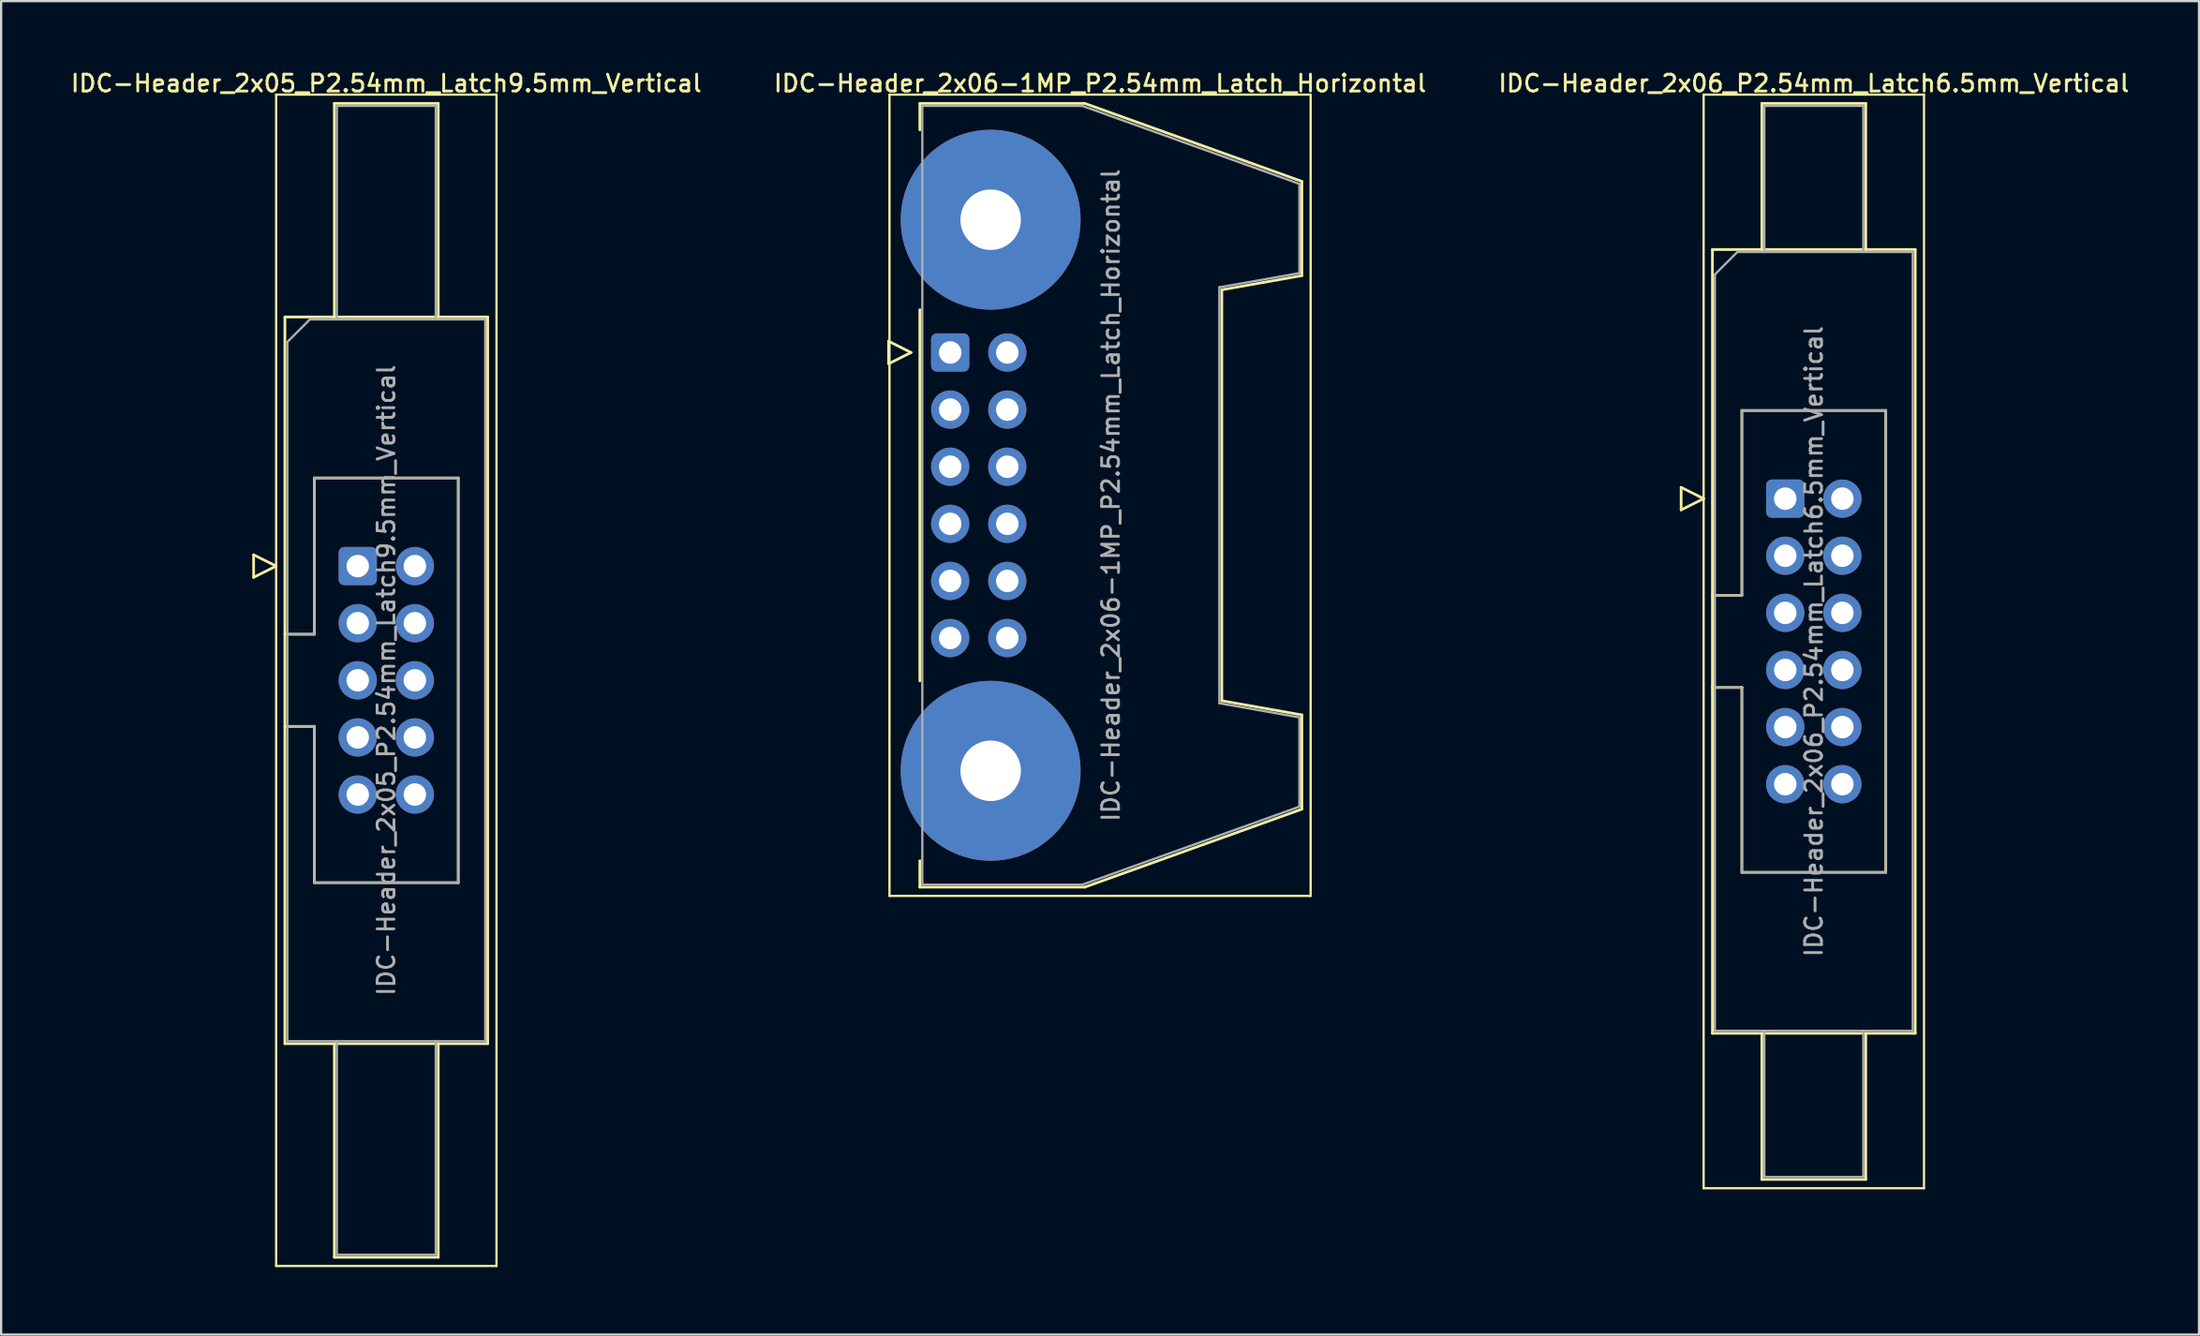
<source format=kicad_pcb>
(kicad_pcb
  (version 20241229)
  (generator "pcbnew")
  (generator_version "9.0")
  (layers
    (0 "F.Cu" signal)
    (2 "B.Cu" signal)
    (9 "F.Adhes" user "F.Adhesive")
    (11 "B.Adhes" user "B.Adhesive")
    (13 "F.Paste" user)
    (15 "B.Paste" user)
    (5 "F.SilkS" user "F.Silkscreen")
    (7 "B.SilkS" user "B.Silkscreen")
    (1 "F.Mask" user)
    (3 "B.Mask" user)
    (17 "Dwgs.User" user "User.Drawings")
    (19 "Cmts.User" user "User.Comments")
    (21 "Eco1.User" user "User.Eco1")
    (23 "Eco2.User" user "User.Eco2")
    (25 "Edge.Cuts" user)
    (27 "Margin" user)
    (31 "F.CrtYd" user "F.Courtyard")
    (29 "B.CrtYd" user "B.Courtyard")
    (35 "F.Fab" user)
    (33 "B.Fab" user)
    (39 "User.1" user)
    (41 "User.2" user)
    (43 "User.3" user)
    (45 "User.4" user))
  (footprint "IDC-Header_2x05_P2.54mm_Latch9.5mm_Vertical"
    (layer "F.Cu")
    (at 12.86 22.128)
    (property "Reference" "IDC-Header_2x05_P2.54mm_Latch9.5mm_Vertical" (at 1.27 -21.47 0) (layer "F.SilkS") (effects (font (size 0.75 0.75) (thickness 0.125))))
    (attr through_hole)
    (fp_line (start -4.63 -0.5) (end -4.63 0.5) (stroke (width 0.12) (type solid)) (layer "F.SilkS"))
    (fp_line (start -4.63 0.5) (end -3.63 0) (stroke (width 0.12) (type solid)) (layer "F.SilkS"))
    (fp_line (start -3.63 -20.97) (end -3.63 31.13) (stroke (width 0.1) (type solid)) (layer "F.SilkS"))
    (fp_line (start -3.63 0) (end -4.63 -0.5) (stroke (width 0.12) (type solid)) (layer "F.SilkS"))
    (fp_line (start -3.63 31.13) (end 6.17 31.13) (stroke (width 0.1) (type solid)) (layer "F.SilkS"))
    (fp_line (start -3.24 -11.08) (end 5.78 -11.08) (stroke (width 0.12) (type solid)) (layer "F.SilkS"))
    (fp_line (start -3.24 3.03) (end -1.93 3.03) (stroke (width 0.12) (type solid)) (layer "F.SilkS"))
    (fp_line (start -3.24 21.24) (end -3.24 -11.08) (stroke (width 0.12) (type solid)) (layer "F.SilkS"))
    (fp_line (start -1.93 -3.92) (end 4.47 -3.92) (stroke (width 0.12) (type solid)) (layer "F.SilkS"))
    (fp_line (start -1.93 3.03) (end -1.93 -3.92) (stroke (width 0.12) (type solid)) (layer "F.SilkS"))
    (fp_line (start -1.93 7.13) (end -3.24 7.13) (stroke (width 0.12) (type solid)) (layer "F.SilkS"))
    (fp_line (start -1.93 7.13) (end -1.93 7.13) (stroke (width 0.12) (type solid)) (layer "F.SilkS"))
    (fp_line (start -1.93 14.08) (end -1.93 7.13) (stroke (width 0.12) (type solid)) (layer "F.SilkS"))
    (fp_line (start -1.04 -20.58) (end 3.58 -20.58) (stroke (width 0.12) (type solid)) (layer "F.SilkS"))
    (fp_line (start -1.04 -11.08) (end -1.04 -20.58) (stroke (width 0.12) (type solid)) (layer "F.SilkS"))
    (fp_line (start -1.04 21.24) (end -1.04 30.74) (stroke (width 0.12) (type solid)) (layer "F.SilkS"))
    (fp_line (start -1.04 30.74) (end 3.58 30.74) (stroke (width 0.12) (type solid)) (layer "F.SilkS"))
    (fp_line (start 3.58 -20.58) (end 3.58 -11.08) (stroke (width 0.12) (type solid)) (layer "F.SilkS"))
    (fp_line (start 3.58 30.74) (end 3.58 21.24) (stroke (width 0.12) (type solid)) (layer "F.SilkS"))
    (fp_line (start 4.47 -3.92) (end 4.47 14.08) (stroke (width 0.12) (type solid)) (layer "F.SilkS"))
    (fp_line (start 4.47 14.08) (end -1.93 14.08) (stroke (width 0.12) (type solid)) (layer "F.SilkS"))
    (fp_line (start 5.78 -11.08) (end 5.78 21.24) (stroke (width 0.12) (type solid)) (layer "F.SilkS"))
    (fp_line (start 5.78 21.24) (end -3.24 21.24) (stroke (width 0.12) (type solid)) (layer "F.SilkS"))
    (fp_line (start 6.17 -20.97) (end -3.63 -20.97) (stroke (width 0.1) (type solid)) (layer "F.SilkS"))
    (fp_line (start 6.17 31.13) (end 6.17 -20.97) (stroke (width 0.1) (type solid)) (layer "F.SilkS"))
    (fp_line (start -3.13 -9.97) (end -2.13 -10.97) (stroke (width 0.1) (type solid)) (layer "F.Fab"))
    (fp_line (start -3.13 3.03) (end -1.93 3.03) (stroke (width 0.1) (type solid)) (layer "F.Fab"))
    (fp_line (start -3.13 21.13) (end -3.13 -9.97) (stroke (width 0.1) (type solid)) (layer "F.Fab"))
    (fp_line (start -2.13 -10.97) (end 5.67 -10.97) (stroke (width 0.1) (type solid)) (layer "F.Fab"))
    (fp_line (start -1.93 -3.92) (end 4.47 -3.92) (stroke (width 0.1) (type solid)) (layer "F.Fab"))
    (fp_line (start -1.93 3.03) (end -1.93 -3.92) (stroke (width 0.1) (type solid)) (layer "F.Fab"))
    (fp_line (start -1.93 7.13) (end -3.13 7.13) (stroke (width 0.1) (type solid)) (layer "F.Fab"))
    (fp_line (start -1.93 7.13) (end -1.93 7.13) (stroke (width 0.1) (type solid)) (layer "F.Fab"))
    (fp_line (start -1.93 14.08) (end -1.93 7.13) (stroke (width 0.1) (type solid)) (layer "F.Fab"))
    (fp_line (start -0.93 -20.47) (end 3.47 -20.47) (stroke (width 0.1) (type solid)) (layer "F.Fab"))
    (fp_line (start -0.93 -10.97) (end -0.93 -20.47) (stroke (width 0.1) (type solid)) (layer "F.Fab"))
    (fp_line (start -0.93 21.13) (end -0.93 30.63) (stroke (width 0.1) (type solid)) (layer "F.Fab"))
    (fp_line (start -0.93 30.63) (end 3.47 30.63) (stroke (width 0.1) (type solid)) (layer "F.Fab"))
    (fp_line (start 3.47 -20.47) (end 3.47 -10.97) (stroke (width 0.1) (type solid)) (layer "F.Fab"))
    (fp_line (start 3.47 30.63) (end 3.47 21.13) (stroke (width 0.1) (type solid)) (layer "F.Fab"))
    (fp_line (start 4.47 -3.92) (end 4.47 14.08) (stroke (width 0.1) (type solid)) (layer "F.Fab"))
    (fp_line (start 4.47 14.08) (end -1.93 14.08) (stroke (width 0.1) (type solid)) (layer "F.Fab"))
    (fp_line (start 5.67 -10.97) (end 5.67 21.13) (stroke (width 0.1) (type solid)) (layer "F.Fab"))
    (fp_line (start 5.67 21.13) (end -3.13 21.13) (stroke (width 0.1) (type solid)) (layer "F.Fab"))
    (fp_text user "${REFERENCE}" (at 1.27 5.08 90) (layer "F.Fab") (effects (font (size 0.75 0.75) (thickness 0.125))))
    (pad "1" thru_hole roundrect (at 0 0) (size 1.7 1.7) (drill 1) (layers "*.Cu" "*.Mask") (roundrect_rratio 0.147))
    (pad "2" thru_hole circle (at 2.54 0) (size 1.7 1.7) (drill 1) (layers "*.Cu" "*.Mask"))
    (pad "3" thru_hole circle (at 0 2.54) (size 1.7 1.7) (drill 1) (layers "*.Cu" "*.Mask"))
    (pad "4" thru_hole circle (at 2.54 2.54) (size 1.7 1.7) (drill 1) (layers "*.Cu" "*.Mask"))
    (pad "5" thru_hole circle (at 0 5.08) (size 1.7 1.7) (drill 1) (layers "*.Cu" "*.Mask"))
    (pad "6" thru_hole circle (at 2.54 5.08) (size 1.7 1.7) (drill 1) (layers "*.Cu" "*.Mask"))
    (pad "7" thru_hole circle (at 0 7.62) (size 1.7 1.7) (drill 1) (layers "*.Cu" "*.Mask"))
    (pad "8" thru_hole circle (at 2.54 7.62) (size 1.7 1.7) (drill 1) (layers "*.Cu" "*.Mask"))
    (pad "9" thru_hole circle (at 0 10.16) (size 1.7 1.7) (drill 1) (layers "*.Cu" "*.Mask"))
    (pad "10" thru_hole circle (at 2.54 10.16) (size 1.7 1.7) (drill 1) (layers "*.Cu" "*.Mask")))
  (footprint "IDC-Header_2x06_P2.54mm_Latch6.5mm_Vertical"
    (layer "F.Cu")
    (at 76.346 19.128)
    (property "Reference" "IDC-Header_2x06_P2.54mm_Latch6.5mm_Vertical" (at 1.27 -18.47 0) (layer "F.SilkS") (effects (font (size 0.75 0.75) (thickness 0.125))))
    (attr through_hole)
    (fp_line (start -4.63 -0.5) (end -4.63 0.5) (stroke (width 0.12) (type solid)) (layer "F.SilkS"))
    (fp_line (start -4.63 0.5) (end -3.63 0) (stroke (width 0.12) (type solid)) (layer "F.SilkS"))
    (fp_line (start -3.63 -17.97) (end -3.63 30.67) (stroke (width 0.1) (type solid)) (layer "F.SilkS"))
    (fp_line (start -3.63 0) (end -4.63 -0.5) (stroke (width 0.12) (type solid)) (layer "F.SilkS"))
    (fp_line (start -3.63 30.67) (end 6.17 30.67) (stroke (width 0.1) (type solid)) (layer "F.SilkS"))
    (fp_line (start -3.24 -11.08) (end 5.78 -11.08) (stroke (width 0.12) (type solid)) (layer "F.SilkS"))
    (fp_line (start -3.24 4.3) (end -1.93 4.3) (stroke (width 0.12) (type solid)) (layer "F.SilkS"))
    (fp_line (start -3.24 23.78) (end -3.24 -11.08) (stroke (width 0.12) (type solid)) (layer "F.SilkS"))
    (fp_line (start -1.93 -3.92) (end 4.47 -3.92) (stroke (width 0.12) (type solid)) (layer "F.SilkS"))
    (fp_line (start -1.93 4.3) (end -1.93 -3.92) (stroke (width 0.12) (type solid)) (layer "F.SilkS"))
    (fp_line (start -1.93 8.4) (end -3.24 8.4) (stroke (width 0.12) (type solid)) (layer "F.SilkS"))
    (fp_line (start -1.93 8.4) (end -1.93 8.4) (stroke (width 0.12) (type solid)) (layer "F.SilkS"))
    (fp_line (start -1.93 16.62) (end -1.93 8.4) (stroke (width 0.12) (type solid)) (layer "F.SilkS"))
    (fp_line (start -1.04 -17.58) (end 3.58 -17.58) (stroke (width 0.12) (type solid)) (layer "F.SilkS"))
    (fp_line (start -1.04 -11.08) (end -1.04 -17.58) (stroke (width 0.12) (type solid)) (layer "F.SilkS"))
    (fp_line (start -1.04 23.78) (end -1.04 30.28) (stroke (width 0.12) (type solid)) (layer "F.SilkS"))
    (fp_line (start -1.04 30.28) (end 3.58 30.28) (stroke (width 0.12) (type solid)) (layer "F.SilkS"))
    (fp_line (start 3.58 -17.58) (end 3.58 -11.08) (stroke (width 0.12) (type solid)) (layer "F.SilkS"))
    (fp_line (start 3.58 30.28) (end 3.58 23.78) (stroke (width 0.12) (type solid)) (layer "F.SilkS"))
    (fp_line (start 4.47 -3.92) (end 4.47 16.62) (stroke (width 0.12) (type solid)) (layer "F.SilkS"))
    (fp_line (start 4.47 16.62) (end -1.93 16.62) (stroke (width 0.12) (type solid)) (layer "F.SilkS"))
    (fp_line (start 5.78 -11.08) (end 5.78 23.78) (stroke (width 0.12) (type solid)) (layer "F.SilkS"))
    (fp_line (start 5.78 23.78) (end -3.24 23.78) (stroke (width 0.12) (type solid)) (layer "F.SilkS"))
    (fp_line (start 6.17 -17.97) (end -3.63 -17.97) (stroke (width 0.1) (type solid)) (layer "F.SilkS"))
    (fp_line (start 6.17 30.67) (end 6.17 -17.97) (stroke (width 0.1) (type solid)) (layer "F.SilkS"))
    (fp_line (start -3.13 -9.97) (end -2.13 -10.97) (stroke (width 0.1) (type solid)) (layer "F.Fab"))
    (fp_line (start -3.13 4.3) (end -1.93 4.3) (stroke (width 0.1) (type solid)) (layer "F.Fab"))
    (fp_line (start -3.13 23.67) (end -3.13 -9.97) (stroke (width 0.1) (type solid)) (layer "F.Fab"))
    (fp_line (start -2.13 -10.97) (end 5.67 -10.97) (stroke (width 0.1) (type solid)) (layer "F.Fab"))
    (fp_line (start -1.93 -3.92) (end 4.47 -3.92) (stroke (width 0.1) (type solid)) (layer "F.Fab"))
    (fp_line (start -1.93 4.3) (end -1.93 -3.92) (stroke (width 0.1) (type solid)) (layer "F.Fab"))
    (fp_line (start -1.93 8.4) (end -3.13 8.4) (stroke (width 0.1) (type solid)) (layer "F.Fab"))
    (fp_line (start -1.93 8.4) (end -1.93 8.4) (stroke (width 0.1) (type solid)) (layer "F.Fab"))
    (fp_line (start -1.93 16.62) (end -1.93 8.4) (stroke (width 0.1) (type solid)) (layer "F.Fab"))
    (fp_line (start -0.93 -17.47) (end 3.47 -17.47) (stroke (width 0.1) (type solid)) (layer "F.Fab"))
    (fp_line (start -0.93 -10.97) (end -0.93 -17.47) (stroke (width 0.1) (type solid)) (layer "F.Fab"))
    (fp_line (start -0.93 23.67) (end -0.93 30.17) (stroke (width 0.1) (type solid)) (layer "F.Fab"))
    (fp_line (start -0.93 30.17) (end 3.47 30.17) (stroke (width 0.1) (type solid)) (layer "F.Fab"))
    (fp_line (start 3.47 -17.47) (end 3.47 -10.97) (stroke (width 0.1) (type solid)) (layer "F.Fab"))
    (fp_line (start 3.47 30.17) (end 3.47 23.67) (stroke (width 0.1) (type solid)) (layer "F.Fab"))
    (fp_line (start 4.47 -3.92) (end 4.47 16.62) (stroke (width 0.1) (type solid)) (layer "F.Fab"))
    (fp_line (start 4.47 16.62) (end -1.93 16.62) (stroke (width 0.1) (type solid)) (layer "F.Fab"))
    (fp_line (start 5.67 -10.97) (end 5.67 23.67) (stroke (width 0.1) (type solid)) (layer "F.Fab"))
    (fp_line (start 5.67 23.67) (end -3.13 23.67) (stroke (width 0.1) (type solid)) (layer "F.Fab"))
    (fp_text user "${REFERENCE}" (at 1.27 6.35 90) (layer "F.Fab") (effects (font (size 0.75 0.75) (thickness 0.125))))
    (pad "1" thru_hole roundrect (at 0 0) (size 1.7 1.7) (drill 1) (layers "*.Cu" "*.Mask") (roundrect_rratio 0.147))
    (pad "2" thru_hole circle (at 2.54 0) (size 1.7 1.7) (drill 1) (layers "*.Cu" "*.Mask"))
    (pad "3" thru_hole circle (at 0 2.54) (size 1.7 1.7) (drill 1) (layers "*.Cu" "*.Mask"))
    (pad "4" thru_hole circle (at 2.54 2.54) (size 1.7 1.7) (drill 1) (layers "*.Cu" "*.Mask"))
    (pad "5" thru_hole circle (at 0 5.08) (size 1.7 1.7) (drill 1) (layers "*.Cu" "*.Mask"))
    (pad "6" thru_hole circle (at 2.54 5.08) (size 1.7 1.7) (drill 1) (layers "*.Cu" "*.Mask"))
    (pad "7" thru_hole circle (at 0 7.62) (size 1.7 1.7) (drill 1) (layers "*.Cu" "*.Mask"))
    (pad "8" thru_hole circle (at 2.54 7.62) (size 1.7 1.7) (drill 1) (layers "*.Cu" "*.Mask"))
    (pad "9" thru_hole circle (at 0 10.16) (size 1.7 1.7) (drill 1) (layers "*.Cu" "*.Mask"))
    (pad "10" thru_hole circle (at 2.54 10.16) (size 1.7 1.7) (drill 1) (layers "*.Cu" "*.Mask"))
    (pad "11" thru_hole circle (at 0 12.7) (size 1.7 1.7) (drill 1) (layers "*.Cu" "*.Mask"))
    (pad "12" thru_hole circle (at 2.54 12.7) (size 1.7 1.7) (drill 1) (layers "*.Cu" "*.Mask")))
  (footprint "IDC-Header_2x06-1MP_P2.54mm_Latch_Horizontal"
    (layer "F.Cu")
    (at 39.208 12.628)
    (property "Reference" "IDC-Header_2x06-1MP_P2.54mm_Latch_Horizontal" (at 6.665 -11.97 0) (layer "F.SilkS") (effects (font (size 0.75 0.75) (thickness 0.125))))
    (attr through_hole)
    (fp_line (start -2.74 -0.5) (end -2.74 0.5) (stroke (width 0.12) (type solid)) (layer "F.SilkS"))
    (fp_line (start -2.74 0.5) (end -1.74 0) (stroke (width 0.12) (type solid)) (layer "F.SilkS"))
    (fp_line (start -2.7 -11.47) (end -2.7 24.17) (stroke (width 0.1) (type solid)) (layer "F.SilkS"))
    (fp_line (start -2.7 24.17) (end 16.03 24.17) (stroke (width 0.1) (type solid)) (layer "F.SilkS"))
    (fp_line (start -1.74 0) (end -2.74 -0.5) (stroke (width 0.12) (type solid)) (layer "F.SilkS"))
    (fp_line (start -1.35 -11.08) (end -1.35 -9.905) (stroke (width 0.12) (type solid)) (layer "F.SilkS"))
    (fp_line (start -1.35 -11.08) (end 5.98 -11.08) (stroke (width 0.12) (type solid)) (layer "F.SilkS"))
    (fp_line (start -1.35 -1.905) (end -1.35 14.605) (stroke (width 0.12) (type solid)) (layer "F.SilkS"))
    (fp_line (start -1.35 22.605) (end -1.35 23.78) (stroke (width 0.12) (type solid)) (layer "F.SilkS"))
    (fp_line (start 5.98 -11.08) (end 15.64 -7.61) (stroke (width 0.12) (type solid)) (layer "F.SilkS"))
    (fp_line (start 5.98 23.78) (end -1.35 23.78) (stroke (width 0.12) (type solid)) (layer "F.SilkS"))
    (fp_line (start 12.08 -2.79) (end 12.08 15.49) (stroke (width 0.12) (type solid)) (layer "F.SilkS"))
    (fp_line (start 12.08 15.49) (end 15.64 16.12) (stroke (width 0.12) (type solid)) (layer "F.SilkS"))
    (fp_line (start 15.64 -7.61) (end 15.64 -3.42) (stroke (width 0.12) (type solid)) (layer "F.SilkS"))
    (fp_line (start 15.64 -3.42) (end 12.08 -2.79) (stroke (width 0.12) (type solid)) (layer "F.SilkS"))
    (fp_line (start 15.64 16.12) (end 15.64 20.31) (stroke (width 0.12) (type solid)) (layer "F.SilkS"))
    (fp_line (start 15.64 20.31) (end 5.98 23.78) (stroke (width 0.12) (type solid)) (layer "F.SilkS"))
    (fp_line (start 16.03 -11.47) (end -2.7 -11.47) (stroke (width 0.1) (type solid)) (layer "F.SilkS"))
    (fp_line (start 16.03 24.17) (end 16.03 -11.47) (stroke (width 0.1) (type solid)) (layer "F.SilkS"))
    (fp_line (start -1.24 -10.97) (end 5.87 -10.97) (stroke (width 0.1) (type solid)) (layer "F.Fab"))
    (fp_line (start -1.24 23.67) (end -1.24 -10.97) (stroke (width 0.1) (type solid)) (layer "F.Fab"))
    (fp_line (start 5.87 -10.97) (end 15.53 -7.5) (stroke (width 0.1) (type solid)) (layer "F.Fab"))
    (fp_line (start 5.87 23.67) (end -1.24 23.67) (stroke (width 0.1) (type solid)) (layer "F.Fab"))
    (fp_line (start 11.97 -2.9) (end 11.97 15.6) (stroke (width 0.1) (type solid)) (layer "F.Fab"))
    (fp_line (start 11.97 15.6) (end 15.53 16.23) (stroke (width 0.1) (type solid)) (layer "F.Fab"))
    (fp_line (start 15.53 -7.5) (end 15.53 -3.53) (stroke (width 0.1) (type solid)) (layer "F.Fab"))
    (fp_line (start 15.53 -3.53) (end 11.97 -2.9) (stroke (width 0.1) (type solid)) (layer "F.Fab"))
    (fp_line (start 15.53 16.23) (end 15.53 20.2) (stroke (width 0.1) (type solid)) (layer "F.Fab"))
    (fp_line (start 15.53 20.2) (end 5.87 23.67) (stroke (width 0.1) (type solid)) (layer "F.Fab"))
    (fp_text user "${REFERENCE}" (at 7.145 6.35 90) (layer "F.Fab") (effects (font (size 0.75 0.75) (thickness 0.125))))
    (pad "1" thru_hole roundrect (at 0 0) (size 1.7 1.7) (drill 1) (layers "*.Cu" "*.Mask") (roundrect_rratio 0.147))
    (pad "2" thru_hole circle (at 2.54 0) (size 1.7 1.7) (drill 1) (layers "*.Cu" "*.Mask"))
    (pad "3" thru_hole circle (at 0 2.54) (size 1.7 1.7) (drill 1) (layers "*.Cu" "*.Mask"))
    (pad "4" thru_hole circle (at 2.54 2.54) (size 1.7 1.7) (drill 1) (layers "*.Cu" "*.Mask"))
    (pad "5" thru_hole circle (at 0 5.08) (size 1.7 1.7) (drill 1) (layers "*.Cu" "*.Mask"))
    (pad "6" thru_hole circle (at 2.54 5.08) (size 1.7 1.7) (drill 1) (layers "*.Cu" "*.Mask"))
    (pad "7" thru_hole circle (at 0 7.62) (size 1.7 1.7) (drill 1) (layers "*.Cu" "*.Mask"))
    (pad "8" thru_hole circle (at 2.54 7.62) (size 1.7 1.7) (drill 1) (layers "*.Cu" "*.Mask"))
    (pad "9" thru_hole circle (at 0 10.16) (size 1.7 1.7) (drill 1) (layers "*.Cu" "*.Mask"))
    (pad "10" thru_hole circle (at 2.54 10.16) (size 1.7 1.7) (drill 1) (layers "*.Cu" "*.Mask"))
    (pad "11" thru_hole circle (at 0 12.7) (size 1.7 1.7) (drill 1) (layers "*.Cu" "*.Mask"))
    (pad "12" thru_hole circle (at 2.54 12.7) (size 1.7 1.7) (drill 1) (layers "*.Cu" "*.Mask"))
    (pad "MP" thru_hole circle (at 1.8 -5.905) (size 8 8) (drill 2.69) (layers "*.Cu" "*.Mask"))
    (pad "MP" thru_hole circle (at 1.8 18.605) (size 8 8) (drill 2.69) (layers "*.Cu" "*.Mask")))
  (gr_rect
    (start -3 -3)
    (end 94.746 56.308)
    (stroke (width 0.1) (type default))
    (fill no)
    (layer "Edge.Cuts")))
</source>
